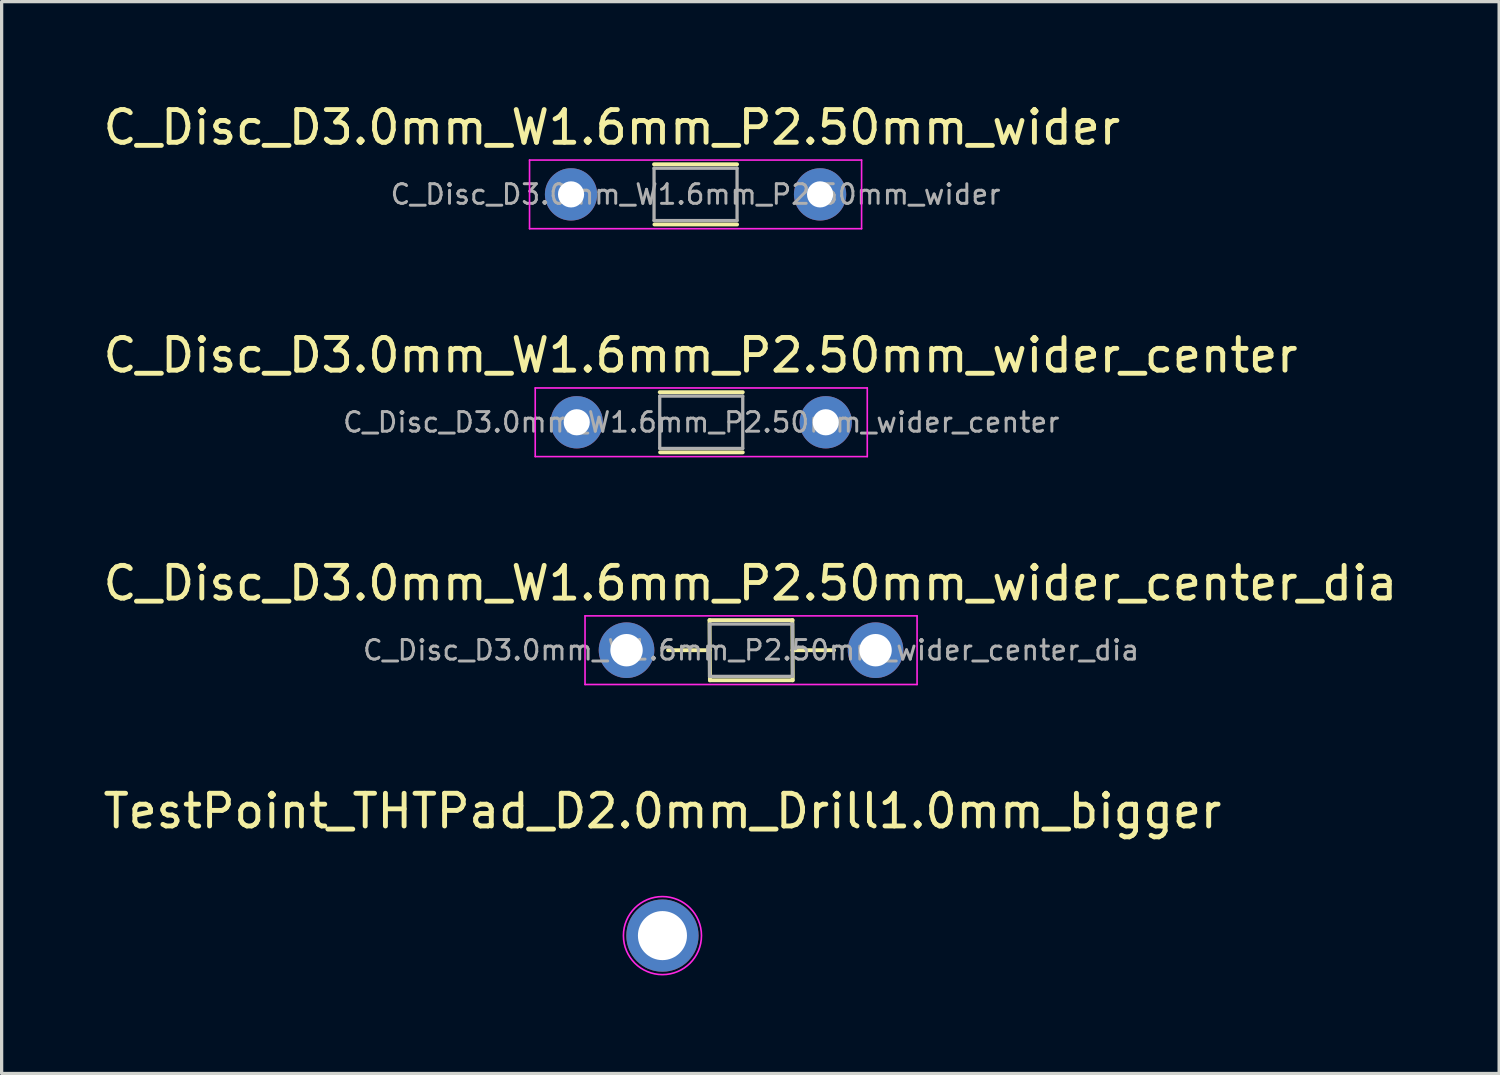
<source format=kicad_pcb>
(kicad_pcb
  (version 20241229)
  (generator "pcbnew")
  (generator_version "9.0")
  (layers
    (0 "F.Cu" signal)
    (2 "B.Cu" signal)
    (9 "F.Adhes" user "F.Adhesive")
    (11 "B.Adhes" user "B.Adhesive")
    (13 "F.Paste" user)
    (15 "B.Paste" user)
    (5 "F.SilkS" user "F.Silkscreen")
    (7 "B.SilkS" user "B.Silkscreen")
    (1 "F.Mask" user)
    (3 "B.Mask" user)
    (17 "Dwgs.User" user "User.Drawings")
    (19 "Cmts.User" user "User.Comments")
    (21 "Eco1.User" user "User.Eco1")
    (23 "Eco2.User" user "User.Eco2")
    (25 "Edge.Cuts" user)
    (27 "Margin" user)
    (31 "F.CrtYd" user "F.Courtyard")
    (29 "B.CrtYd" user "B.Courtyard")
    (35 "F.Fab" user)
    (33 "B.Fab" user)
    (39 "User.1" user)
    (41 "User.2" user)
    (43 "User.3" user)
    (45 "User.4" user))
  (footprint "C_Disc_D3.0mm_W1.6mm_P2.50mm_wider"
    (layer "F.Cu")
    (at 14.423 2.898)
    (property "Reference" "C_Disc_D3.0mm_W1.6mm_P2.50mm_wider" (at 1.25 -2.05 0) (layer "F.SilkS") (effects (font (size 1 1) (thickness 0.15))))
    (attr through_hole)
    (fp_line (start 2.54 -0.92) (end 5.08 -0.92) (stroke (width 0.12) (type solid)) (layer "F.SilkS"))
    (fp_line (start 2.552 0.92) (end 5.08 0.92) (stroke (width 0.12) (type solid)) (layer "F.SilkS"))
    (fp_line (start -1.27 -1.05) (end -1.27 1.05) (stroke (width 0.05) (type solid)) (layer "F.CrtYd"))
    (fp_line (start -1.27 1.05) (end 8.89 1.05) (stroke (width 0.05) (type solid)) (layer "F.CrtYd"))
    (fp_line (start 8.89 -1.05) (end -1.27 -1.05) (stroke (width 0.05) (type solid)) (layer "F.CrtYd"))
    (fp_line (start 8.89 1.05) (end 8.89 -1.05) (stroke (width 0.05) (type solid)) (layer "F.CrtYd"))
    (fp_line (start 2.54 -0.8) (end 2.54 0.8) (stroke (width 0.1) (type solid)) (layer "F.Fab"))
    (fp_line (start 2.54 0.8) (end 5.08 0.8) (stroke (width 0.1) (type solid)) (layer "F.Fab"))
    (fp_line (start 5.08 -0.8) (end 2.54 -0.8) (stroke (width 0.1) (type solid)) (layer "F.Fab"))
    (fp_line (start 5.08 0.8) (end 5.08 -0.8) (stroke (width 0.1) (type solid)) (layer "F.Fab"))
    (fp_text user "${REFERENCE}" (at 3.81 0 0) (layer "F.Fab") (effects (font (size 0.6 0.6) (thickness 0.09))))
    (pad "1" thru_hole circle (at 0 0) (size 1.6 1.6) (drill 0.8) (layers "*.Cu" "*.Mask"))
    (pad "2" thru_hole circle (at 7.62 0) (size 1.6 1.6) (drill 0.8) (layers "*.Cu" "*.Mask")))
  (footprint "C_Disc_D3.0mm_W1.6mm_P2.50mm_wider_center"
    (layer "F.Cu")
    (at 17.137 9.871)
    (property "Reference" "C_Disc_D3.0mm_W1.6mm_P2.50mm_wider_center" (at 1.25 -2.05 0) (layer "F.SilkS") (effects (font (size 1 1) (thickness 0.15))))
    (attr through_hole)
    (fp_line (start 0 -0.92) (end 2.54 -0.92) (stroke (width 0.12) (type solid)) (layer "F.SilkS"))
    (fp_line (start 0.012 0.92) (end 2.54 0.92) (stroke (width 0.12) (type solid)) (layer "F.SilkS"))
    (fp_line (start -3.81 -1.05) (end -3.81 1.05) (stroke (width 0.05) (type solid)) (layer "F.CrtYd"))
    (fp_line (start -3.81 1.05) (end 6.35 1.05) (stroke (width 0.05) (type solid)) (layer "F.CrtYd"))
    (fp_line (start 6.35 -1.05) (end -3.81 -1.05) (stroke (width 0.05) (type solid)) (layer "F.CrtYd"))
    (fp_line (start 6.35 1.05) (end 6.35 -1.05) (stroke (width 0.05) (type solid)) (layer "F.CrtYd"))
    (fp_line (start 0 -0.8) (end 0 0.8) (stroke (width 0.1) (type solid)) (layer "F.Fab"))
    (fp_line (start 0 0.8) (end 2.54 0.8) (stroke (width 0.1) (type solid)) (layer "F.Fab"))
    (fp_line (start 2.54 -0.8) (end 0 -0.8) (stroke (width 0.1) (type solid)) (layer "F.Fab"))
    (fp_line (start 2.54 0.8) (end 2.54 -0.8) (stroke (width 0.1) (type solid)) (layer "F.Fab"))
    (fp_text user "${REFERENCE}" (at 1.27 0 0) (layer "F.Fab") (effects (font (size 0.6 0.6) (thickness 0.09))))
    (pad "1" thru_hole circle (at -2.54 0) (size 1.6 1.6) (drill 0.8) (layers "*.Cu" "*.Mask"))
    (pad "2" thru_hole circle (at 5.08 0) (size 1.6 1.6) (drill 0.8) (layers "*.Cu" "*.Mask")))
  (footprint "C_Disc_D3.0mm_W1.6mm_P2.50mm_wider_center_dia"
    (layer "F.Cu")
    (at 18.661 16.845)
    (property "Reference" "C_Disc_D3.0mm_W1.6mm_P2.50mm_wider_center_dia" (at 1.25 -2.05 0) (layer "F.SilkS") (effects (font (size 1 1) (thickness 0.15))))
    (attr through_hole)
    (fp_line (start -1.27 0) (end 0 0) (stroke (width 0.12) (type solid)) (layer "F.SilkS"))
    (fp_line (start 0 -0.92) (end 2.54 -0.92) (stroke (width 0.12) (type solid)) (layer "F.SilkS"))
    (fp_line (start 0.012 0.92) (end 0 -0.92) (stroke (width 0.12) (type solid)) (layer "F.SilkS"))
    (fp_line (start 0.012 0.92) (end 2.54 0.92) (stroke (width 0.12) (type solid)) (layer "F.SilkS"))
    (fp_line (start 2.54 0) (end 3.81 0) (stroke (width 0.12) (type solid)) (layer "F.SilkS"))
    (fp_line (start 2.546 0.92) (end 2.534 -0.92) (stroke (width 0.12) (type solid)) (layer "F.SilkS"))
    (fp_line (start -3.81 -1.05) (end -3.81 1.05) (stroke (width 0.05) (type solid)) (layer "F.CrtYd"))
    (fp_line (start -3.81 1.05) (end 6.35 1.05) (stroke (width 0.05) (type solid)) (layer "F.CrtYd"))
    (fp_line (start 6.35 -1.05) (end -3.81 -1.05) (stroke (width 0.05) (type solid)) (layer "F.CrtYd"))
    (fp_line (start 6.35 1.05) (end 6.35 -1.05) (stroke (width 0.05) (type solid)) (layer "F.CrtYd"))
    (fp_line (start 0 -0.8) (end 0 0.8) (stroke (width 0.1) (type solid)) (layer "F.Fab"))
    (fp_line (start 0 0.8) (end 2.54 0.8) (stroke (width 0.1) (type solid)) (layer "F.Fab"))
    (fp_line (start 2.54 -0.8) (end 0 -0.8) (stroke (width 0.1) (type solid)) (layer "F.Fab"))
    (fp_line (start 2.54 0.8) (end 2.54 -0.8) (stroke (width 0.1) (type solid)) (layer "F.Fab"))
    (fp_text user "${REFERENCE}" (at 1.27 0 0) (layer "F.Fab") (effects (font (size 0.6 0.6) (thickness 0.09))))
    (pad "1" thru_hole circle (at -2.54 0) (size 1.702 1.702) (drill 0.991) (layers "*.Cu" "*.Mask"))
    (pad "2" thru_hole circle (at 5.08 0) (size 1.702 1.702) (drill 0.991) (layers "*.Cu" "*.Mask")))
  (footprint "TestPoint_THTPad_D2.0mm_Drill1.0mm_bigger"
    (layer "F.Cu")
    (at 17.22 25.578)
    (property "Reference" "TestPoint_THTPad_D2.0mm_Drill1.0mm_bigger" (at 0 -3.81 0) (layer "F.SilkS") (effects (font (size 1 1) (thickness 0.15))))
    (attr exclude_from_pos_files exclude_from_bom)
    (fp_circle (center 0 0) (end 1.194 0) (stroke (width 0.05) (type solid)) (fill no) (layer "F.CrtYd"))
    (pad "1" thru_hole circle (at 0 0) (size 2.21 2.21) (drill 1.501) (layers "*.Cu" "*.Mask")))
  (gr_rect
    (start -3 -3)
    (end 42.821 29.797)
    (stroke (width 0.1) (type default))
    (fill no)
    (layer "Edge.Cuts")))
</source>
